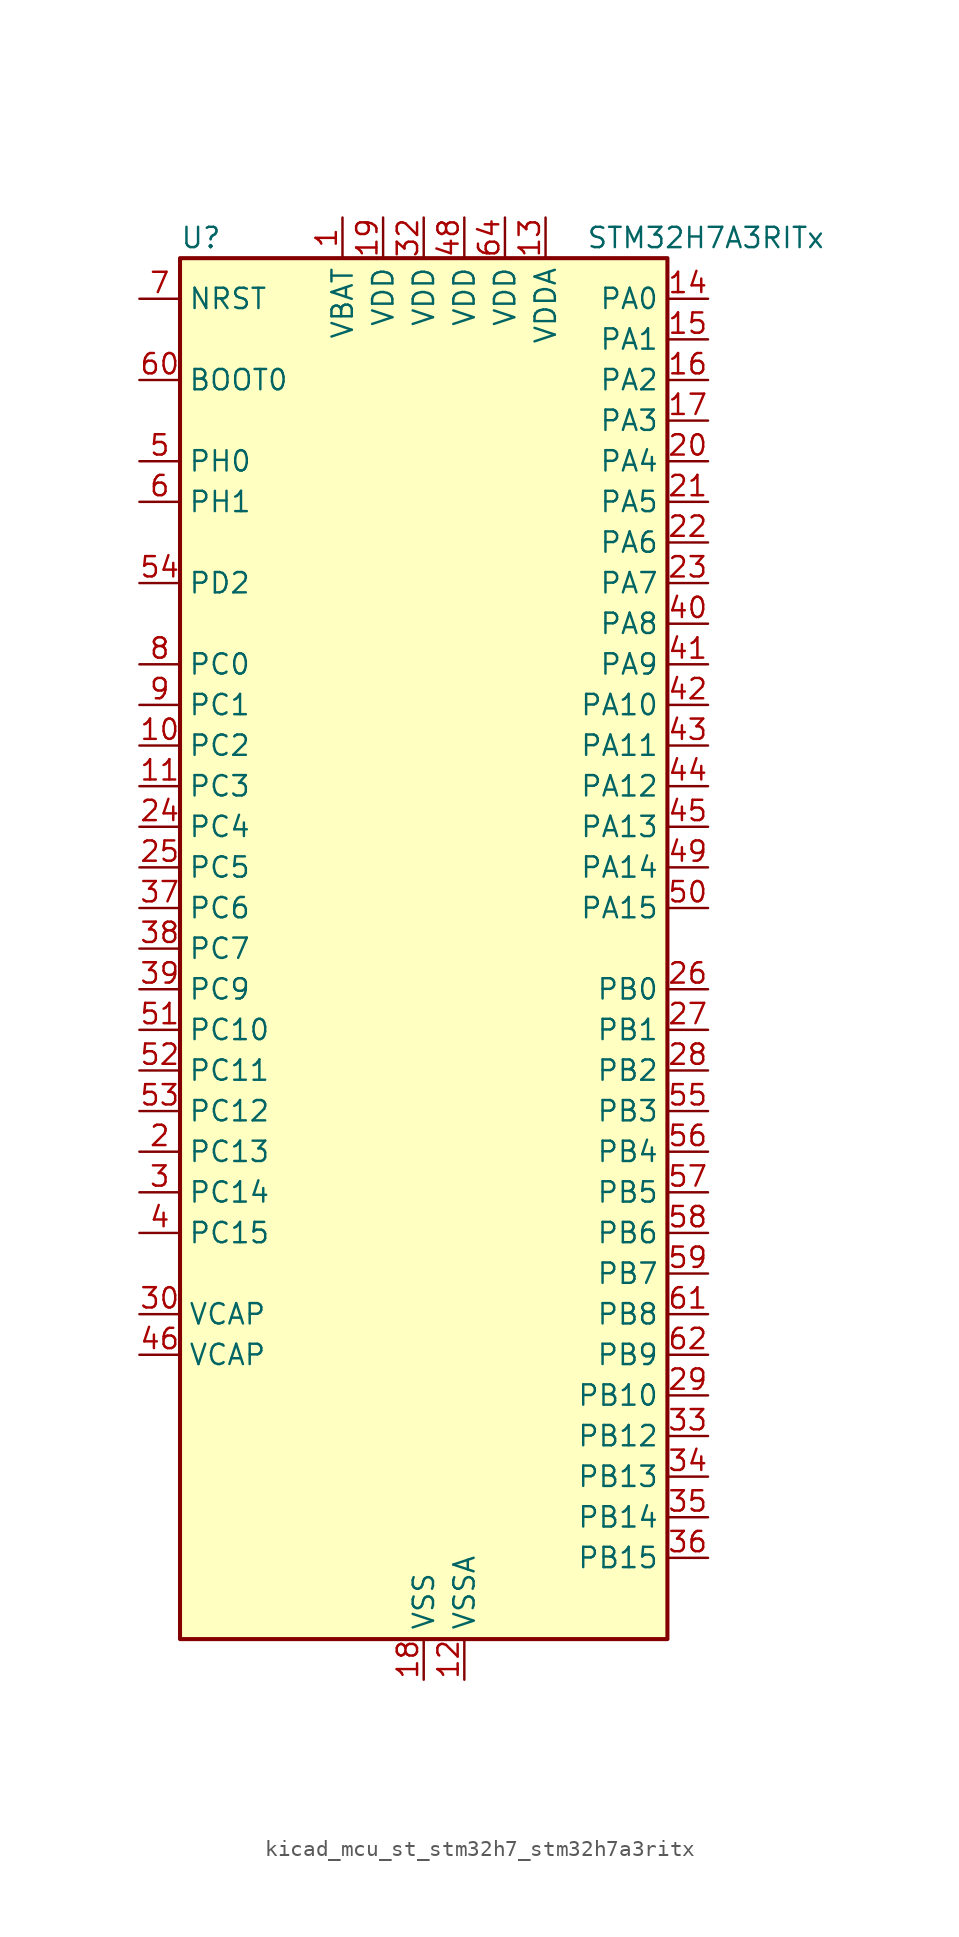
<source format=kicad_sym>
(kicad_symbol_lib
  (version 20220914)
  (generator kicad_symbol_editor)
  (symbol "kicad_mcu_st_stm32h7_stm32h7a3ritx"
    (property "Reference" "U"
      (at -15.24 44.45 0)
      (effects (font (size 1.27 1.27)) (justify left)))
    (property "Value" "STM32H7A3RITx"
      (at 10.16 44.45 0)
      (effects (font (size 1.27 1.27)) (justify left)))
    (property "ki_locked" ""
      (at 0 0 0)
      (effects (font (size 1.27 1.27))))
    (symbol "kicad_mcu_st_stm32h7_stm32h7a3ritx_0_1"
      (rectangle (start -15.24 -43.18) (end 15.24 43.18) (stroke (width 0.254) (type default)) (fill (type background))))
    (symbol "kicad_mcu_st_stm32h7_stm32h7a3ritx_1_1"
      (pin power_in line (at -5.08 45.72 270) (length 2.54) (name "VBAT" (effects (font (size 1.27 1.27)))) (number "1" (effects (font (size 1.27 1.27)))))
      (pin bidirectional line (at -17.78 12.7 0) (length 2.54) (name "PC2" (effects (font (size 1.27 1.27)))) (number "10" (effects (font (size 1.27 1.27)))) (alternate "ADC1_INN11" bidirectional line) (alternate "ADC1_INP12" bidirectional line) (alternate "ADC2_INN11" bidirectional line) (alternate "ADC2_INP12" bidirectional line) (alternate "DFSDM1_CKIN1" bidirectional line) (alternate "DFSDM1_CKOUT" bidirectional line) (alternate "I2S2_SDI" bidirectional line) (alternate "OCTOSPIM_P1_IO2" bidirectional line) (alternate "OCTOSPIM_P1_IO5" bidirectional line) (alternate "PWR_CSTOP" bidirectional line) (alternate "SPI2_MISO" bidirectional line) (alternate "USB_OTG_HS_ULPI_DIR" bidirectional line))
      (pin bidirectional line (at -17.78 10.16 0) (length 2.54) (name "PC3" (effects (font (size 1.27 1.27)))) (number "11" (effects (font (size 1.27 1.27)))) (alternate "ADC1_INN12" bidirectional line) (alternate "ADC1_INP13" bidirectional line) (alternate "ADC2_INN12" bidirectional line) (alternate "ADC2_INP13" bidirectional line) (alternate "DFSDM1_DATIN1" bidirectional line) (alternate "I2S2_SDO" bidirectional line) (alternate "OCTOSPIM_P1_IO0" bidirectional line) (alternate "OCTOSPIM_P1_IO6" bidirectional line) (alternate "PWR_CSLEEP" bidirectional line) (alternate "SPI2_MOSI" bidirectional line) (alternate "USB_OTG_HS_ULPI_NXT" bidirectional line))
      (pin power_in line (at 2.54 -45.72 90) (length 2.54) (name "VSSA" (effects (font (size 1.27 1.27)))) (number "12" (effects (font (size 1.27 1.27)))))
      (pin power_in line (at 7.62 45.72 270) (length 2.54) (name "VDDA" (effects (font (size 1.27 1.27)))) (number "13" (effects (font (size 1.27 1.27)))))
      (pin bidirectional line (at 17.78 40.64 180) (length 2.54) (name "PA0" (effects (font (size 1.27 1.27)))) (number "14" (effects (font (size 1.27 1.27)))) (alternate "ADC1_INP16" bidirectional line) (alternate "I2S6_WS" bidirectional line) (alternate "PWR_WKUP1" bidirectional line) (alternate "SAI2_SD_B" bidirectional line) (alternate "SDMMC2_CMD" bidirectional line) (alternate "SPI6_NSS" bidirectional line) (alternate "TIM15_BKIN" bidirectional line) (alternate "TIM2_CH1" bidirectional line) (alternate "TIM2_ETR" bidirectional line) (alternate "TIM5_CH1" bidirectional line) (alternate "TIM8_ETR" bidirectional line) (alternate "UART4_TX" bidirectional line) (alternate "USART2_CTS" bidirectional line) (alternate "USART2_NSS" bidirectional line))
      (pin bidirectional line (at 17.78 38.1 180) (length 2.54) (name "PA1" (effects (font (size 1.27 1.27)))) (number "15" (effects (font (size 1.27 1.27)))) (alternate "ADC1_INN16" bidirectional line) (alternate "ADC1_INP17" bidirectional line) (alternate "LPTIM3_OUT" bidirectional line) (alternate "LTDC_R2" bidirectional line) (alternate "OCTOSPIM_P1_DQS" bidirectional line) (alternate "OCTOSPIM_P1_IO3" bidirectional line) (alternate "SAI2_MCLK_B" bidirectional line) (alternate "TIM15_CH1N" bidirectional line) (alternate "TIM2_CH2" bidirectional line) (alternate "TIM5_CH2" bidirectional line) (alternate "UART4_RX" bidirectional line) (alternate "USART2_DE" bidirectional line) (alternate "USART2_RTS" bidirectional line))
      (pin bidirectional line (at 17.78 35.56 180) (length 2.54) (name "PA2" (effects (font (size 1.27 1.27)))) (number "16" (effects (font (size 1.27 1.27)))) (alternate "ADC1_INP14" bidirectional line) (alternate "DFSDM2_CKIN1" bidirectional line) (alternate "LTDC_R1" bidirectional line) (alternate "MDIOS_MDIO" bidirectional line) (alternate "PWR_WKUP2" bidirectional line) (alternate "SAI2_SCK_B" bidirectional line) (alternate "TIM15_CH1" bidirectional line) (alternate "TIM2_CH3" bidirectional line) (alternate "TIM5_CH3" bidirectional line) (alternate "USART2_TX" bidirectional line))
      (pin bidirectional line (at 17.78 33.02 180) (length 2.54) (name "PA3" (effects (font (size 1.27 1.27)))) (number "17" (effects (font (size 1.27 1.27)))) (alternate "ADC1_INP15" bidirectional line) (alternate "I2S6_MCK" bidirectional line) (alternate "LTDC_B2" bidirectional line) (alternate "LTDC_B5" bidirectional line) (alternate "OCTOSPIM_P1_CLK" bidirectional line) (alternate "TIM15_CH2" bidirectional line) (alternate "TIM2_CH4" bidirectional line) (alternate "TIM5_CH4" bidirectional line) (alternate "USART2_RX" bidirectional line) (alternate "USB_OTG_HS_ULPI_D0" bidirectional line))
      (pin power_in line (at 0 -45.72 90) (length 2.54) (name "VSS" (effects (font (size 1.27 1.27)))) (number "18" (effects (font (size 1.27 1.27)))))
      (pin power_in line (at -2.54 45.72 270) (length 2.54) (name "VDD" (effects (font (size 1.27 1.27)))) (number "19" (effects (font (size 1.27 1.27)))))
      (pin bidirectional line (at -17.78 -12.7 0) (length 2.54) (name "PC13" (effects (font (size 1.27 1.27)))) (number "2" (effects (font (size 1.27 1.27)))) (alternate "PWR_WKUP4" bidirectional line) (alternate "RTC_OUT_ALARM" bidirectional line) (alternate "RTC_OUT_CALIB" bidirectional line) (alternate "RTC_TAMP1" bidirectional line) (alternate "RTC_TS" bidirectional line))
      (pin bidirectional line (at 17.78 30.48 180) (length 2.54) (name "PA4" (effects (font (size 1.27 1.27)))) (number "20" (effects (font (size 1.27 1.27)))) (alternate "ADC1_INP18" bidirectional line) (alternate "DAC1_OUT1" bidirectional line) (alternate "DCMI_HSYNC" bidirectional line) (alternate "I2S1_WS" bidirectional line) (alternate "I2S3_WS" bidirectional line) (alternate "I2S6_WS" bidirectional line) (alternate "LTDC_VSYNC" bidirectional line) (alternate "PSSI_DE" bidirectional line) (alternate "SPI1_NSS" bidirectional line) (alternate "SPI3_NSS" bidirectional line) (alternate "SPI6_NSS" bidirectional line) (alternate "TIM5_ETR" bidirectional line) (alternate "USART2_CK" bidirectional line))
      (pin bidirectional line (at 17.78 27.94 180) (length 2.54) (name "PA5" (effects (font (size 1.27 1.27)))) (number "21" (effects (font (size 1.27 1.27)))) (alternate "ADC1_INN18" bidirectional line) (alternate "ADC1_INP19" bidirectional line) (alternate "DAC1_OUT2" bidirectional line) (alternate "I2S1_CK" bidirectional line) (alternate "I2S6_CK" bidirectional line) (alternate "LTDC_R4" bidirectional line) (alternate "PSSI_D14" bidirectional line) (alternate "PWR_NDSTOP2" bidirectional line) (alternate "SPI1_SCK" bidirectional line) (alternate "SPI6_SCK" bidirectional line) (alternate "TIM2_CH1" bidirectional line) (alternate "TIM2_ETR" bidirectional line) (alternate "TIM8_CH1N" bidirectional line) (alternate "USB_OTG_HS_ULPI_CK" bidirectional line))
      (pin bidirectional line (at 17.78 25.4 180) (length 2.54) (name "PA6" (effects (font (size 1.27 1.27)))) (number "22" (effects (font (size 1.27 1.27)))) (alternate "ADC1_INP3" bidirectional line) (alternate "ADC2_INP3" bidirectional line) (alternate "DAC2_OUT1" bidirectional line) (alternate "DCMI_PIXCLK" bidirectional line) (alternate "I2S1_SDI" bidirectional line) (alternate "I2S6_SDI" bidirectional line) (alternate "LTDC_G2" bidirectional line) (alternate "MDIOS_MDC" bidirectional line) (alternate "OCTOSPIM_P1_IO3" bidirectional line) (alternate "PSSI_PDCK" bidirectional line) (alternate "SPI1_MISO" bidirectional line) (alternate "SPI6_MISO" bidirectional line) (alternate "TIM13_CH1" bidirectional line) (alternate "TIM1_BKIN" bidirectional line) (alternate "TIM1_BKIN_COMP1" bidirectional line) (alternate "TIM3_CH1" bidirectional line) (alternate "TIM8_BKIN" bidirectional line) (alternate "TIM8_BKIN_COMP1" bidirectional line))
      (pin bidirectional line (at 17.78 22.86 180) (length 2.54) (name "PA7" (effects (font (size 1.27 1.27)))) (number "23" (effects (font (size 1.27 1.27)))) (alternate "ADC1_INN3" bidirectional line) (alternate "ADC1_INP7" bidirectional line) (alternate "ADC2_INN3" bidirectional line) (alternate "ADC2_INP7" bidirectional line) (alternate "DFSDM2_DATIN1" bidirectional line) (alternate "I2S1_SDO" bidirectional line) (alternate "I2S6_SDO" bidirectional line) (alternate "LTDC_VSYNC" bidirectional line) (alternate "OCTOSPIM_P1_IO2" bidirectional line) (alternate "OPAMP1_VINM" bidirectional line) (alternate "SPI1_MOSI" bidirectional line) (alternate "SPI6_MOSI" bidirectional line) (alternate "TIM14_CH1" bidirectional line) (alternate "TIM1_CH1N" bidirectional line) (alternate "TIM3_CH2" bidirectional line) (alternate "TIM8_CH1N" bidirectional line))
      (pin bidirectional line (at -17.78 7.62 0) (length 2.54) (name "PC4" (effects (font (size 1.27 1.27)))) (number "24" (effects (font (size 1.27 1.27)))) (alternate "ADC1_INP4" bidirectional line) (alternate "ADC2_INP4" bidirectional line) (alternate "COMP1_INM" bidirectional line) (alternate "DFSDM1_CKIN2" bidirectional line) (alternate "I2S1_MCK" bidirectional line) (alternate "LTDC_R7" bidirectional line) (alternate "OPAMP1_VOUT" bidirectional line) (alternate "SPDIFRX_IN2" bidirectional line))
      (pin bidirectional line (at -17.78 5.08 0) (length 2.54) (name "PC5" (effects (font (size 1.27 1.27)))) (number "25" (effects (font (size 1.27 1.27)))) (alternate "ADC1_INN4" bidirectional line) (alternate "ADC1_INP8" bidirectional line) (alternate "ADC2_INN4" bidirectional line) (alternate "ADC2_INP8" bidirectional line) (alternate "COMP1_OUT" bidirectional line) (alternate "DFSDM1_DATIN2" bidirectional line) (alternate "LTDC_DE" bidirectional line) (alternate "OCTOSPIM_P1_DQS" bidirectional line) (alternate "OPAMP1_VINM" bidirectional line) (alternate "PSSI_D15" bidirectional line) (alternate "SPDIFRX_IN3" bidirectional line))
      (pin bidirectional line (at 17.78 -2.54 180) (length 2.54) (name "PB0" (effects (font (size 1.27 1.27)))) (number "26" (effects (font (size 1.27 1.27)))) (alternate "ADC1_INN5" bidirectional line) (alternate "ADC1_INP9" bidirectional line) (alternate "ADC2_INN5" bidirectional line) (alternate "ADC2_INP9" bidirectional line) (alternate "COMP1_INP" bidirectional line) (alternate "DFSDM1_CKOUT" bidirectional line) (alternate "DFSDM2_CKOUT" bidirectional line) (alternate "LTDC_G1" bidirectional line) (alternate "LTDC_R3" bidirectional line) (alternate "OCTOSPIM_P1_IO1" bidirectional line) (alternate "OPAMP1_VINP" bidirectional line) (alternate "TIM1_CH2N" bidirectional line) (alternate "TIM3_CH3" bidirectional line) (alternate "TIM8_CH2N" bidirectional line) (alternate "UART4_CTS" bidirectional line) (alternate "USB_OTG_HS_ULPI_D1" bidirectional line))
      (pin bidirectional line (at 17.78 -5.08 180) (length 2.54) (name "PB1" (effects (font (size 1.27 1.27)))) (number "27" (effects (font (size 1.27 1.27)))) (alternate "ADC1_INP5" bidirectional line) (alternate "ADC2_INP5" bidirectional line) (alternate "COMP1_INM" bidirectional line) (alternate "DFSDM1_DATIN1" bidirectional line) (alternate "LTDC_G0" bidirectional line) (alternate "LTDC_R6" bidirectional line) (alternate "OCTOSPIM_P1_IO0" bidirectional line) (alternate "TIM1_CH3N" bidirectional line) (alternate "TIM3_CH4" bidirectional line) (alternate "TIM8_CH3N" bidirectional line) (alternate "USB_OTG_HS_ULPI_D2" bidirectional line))
      (pin bidirectional line (at 17.78 -7.62 180) (length 2.54) (name "PB2" (effects (font (size 1.27 1.27)))) (number "28" (effects (font (size 1.27 1.27)))) (alternate "COMP1_INP" bidirectional line) (alternate "DFSDM1_CKIN1" bidirectional line) (alternate "I2S3_SDO" bidirectional line) (alternate "OCTOSPIM_P1_CLK" bidirectional line) (alternate "OCTOSPIM_P1_DQS" bidirectional line) (alternate "RTC_OUT_ALARM" bidirectional line) (alternate "RTC_OUT_CALIB" bidirectional line) (alternate "SPI3_MOSI" bidirectional line))
      (pin bidirectional line (at 17.78 -27.94 180) (length 2.54) (name "PB10" (effects (font (size 1.27 1.27)))) (number "29" (effects (font (size 1.27 1.27)))) (alternate "DFSDM1_DATIN7" bidirectional line) (alternate "I2S2_CK" bidirectional line) (alternate "LPTIM2_IN1" bidirectional line) (alternate "LTDC_G4" bidirectional line) (alternate "OCTOSPIM_P1_NCS" bidirectional line) (alternate "SPI2_SCK" bidirectional line) (alternate "TIM2_CH3" bidirectional line) (alternate "USART3_TX" bidirectional line) (alternate "USB_OTG_HS_ULPI_D3" bidirectional line))
      (pin bidirectional line (at -17.78 -15.24 0) (length 2.54) (name "PC14" (effects (font (size 1.27 1.27)))) (number "3" (effects (font (size 1.27 1.27)))) (alternate "RCC_OSC32_IN" bidirectional line))
      (pin power_out line (at -17.78 -22.86 0) (length 2.54) (name "VCAP" (effects (font (size 1.27 1.27)))) (number "30" (effects (font (size 1.27 1.27)))))
      (pin passive line (at 0 -45.72 90) (length 2.54) hide (name "VSS" (effects (font (size 1.27 1.27)))) (number "31" (effects (font (size 1.27 1.27)))))
      (pin power_in line (at 0 45.72 270) (length 2.54) (name "VDD" (effects (font (size 1.27 1.27)))) (number "32" (effects (font (size 1.27 1.27)))))
      (pin bidirectional line (at 17.78 -30.48 180) (length 2.54) (name "PB12" (effects (font (size 1.27 1.27)))) (number "33" (effects (font (size 1.27 1.27)))) (alternate "DFSDM1_DATIN1" bidirectional line) (alternate "DFSDM2_DATIN1" bidirectional line) (alternate "FDCAN2_RX" bidirectional line) (alternate "I2S2_WS" bidirectional line) (alternate "OCTOSPIM_P1_NCLK" bidirectional line) (alternate "SPI2_NSS" bidirectional line) (alternate "TIM1_BKIN" bidirectional line) (alternate "TIM1_BKIN_COMP1" bidirectional line) (alternate "UART5_RX" bidirectional line) (alternate "USART3_CK" bidirectional line) (alternate "USB_OTG_HS_ULPI_D5" bidirectional line))
      (pin bidirectional line (at 17.78 -33.02 180) (length 2.54) (name "PB13" (effects (font (size 1.27 1.27)))) (number "34" (effects (font (size 1.27 1.27)))) (alternate "DCMI_D2" bidirectional line) (alternate "DFSDM1_CKIN1" bidirectional line) (alternate "DFSDM2_CKIN1" bidirectional line) (alternate "FDCAN2_TX" bidirectional line) (alternate "I2S2_CK" bidirectional line) (alternate "LPTIM2_OUT" bidirectional line) (alternate "PSSI_D2" bidirectional line) (alternate "SDMMC1_D0" bidirectional line) (alternate "SPI2_SCK" bidirectional line) (alternate "TIM1_CH1N" bidirectional line) (alternate "UART5_TX" bidirectional line) (alternate "USART3_CTS" bidirectional line) (alternate "USART3_NSS" bidirectional line) (alternate "USB_OTG_HS_ULPI_D6" bidirectional line))
      (pin bidirectional line (at 17.78 -35.56 180) (length 2.54) (name "PB14" (effects (font (size 1.27 1.27)))) (number "35" (effects (font (size 1.27 1.27)))) (alternate "DFSDM1_DATIN2" bidirectional line) (alternate "I2S2_SDI" bidirectional line) (alternate "LTDC_CLK" bidirectional line) (alternate "SDMMC2_D0" bidirectional line) (alternate "SPI2_MISO" bidirectional line) (alternate "TIM12_CH1" bidirectional line) (alternate "TIM1_CH2N" bidirectional line) (alternate "TIM8_CH2N" bidirectional line) (alternate "UART4_DE" bidirectional line) (alternate "UART4_RTS" bidirectional line) (alternate "USART1_TX" bidirectional line) (alternate "USART3_DE" bidirectional line) (alternate "USART3_RTS" bidirectional line))
      (pin bidirectional line (at 17.78 -38.1 180) (length 2.54) (name "PB15" (effects (font (size 1.27 1.27)))) (number "36" (effects (font (size 1.27 1.27)))) (alternate "ADC1_EXTI15" bidirectional line) (alternate "ADC2_EXTI15" bidirectional line) (alternate "DFSDM1_CKIN2" bidirectional line) (alternate "I2S2_SDO" bidirectional line) (alternate "LTDC_G7" bidirectional line) (alternate "RTC_REFIN" bidirectional line) (alternate "SDMMC2_D1" bidirectional line) (alternate "SPI2_MOSI" bidirectional line) (alternate "TIM12_CH2" bidirectional line) (alternate "TIM1_CH3N" bidirectional line) (alternate "TIM8_CH3N" bidirectional line) (alternate "UART4_CTS" bidirectional line) (alternate "USART1_RX" bidirectional line))
      (pin bidirectional line (at -17.78 2.54 0) (length 2.54) (name "PC6" (effects (font (size 1.27 1.27)))) (number "37" (effects (font (size 1.27 1.27)))) (alternate "DCMI_D0" bidirectional line) (alternate "DFSDM1_CKIN3" bidirectional line) (alternate "I2S2_MCK" bidirectional line) (alternate "LTDC_HSYNC" bidirectional line) (alternate "PSSI_D0" bidirectional line) (alternate "SDMMC1_D0DIR" bidirectional line) (alternate "SDMMC1_D6" bidirectional line) (alternate "SDMMC2_D6" bidirectional line) (alternate "SWPMI1_IO" bidirectional line) (alternate "TIM3_CH1" bidirectional line) (alternate "TIM8_CH1" bidirectional line) (alternate "USART6_TX" bidirectional line))
      (pin bidirectional line (at -17.78 0 0) (length 2.54) (name "PC7" (effects (font (size 1.27 1.27)))) (number "38" (effects (font (size 1.27 1.27)))) (alternate "DCMI_D1" bidirectional line) (alternate "DEBUG_TRGIO" bidirectional line) (alternate "DFSDM1_DATIN3" bidirectional line) (alternate "I2S3_MCK" bidirectional line) (alternate "LTDC_G6" bidirectional line) (alternate "PSSI_D1" bidirectional line) (alternate "SDMMC1_D123DIR" bidirectional line) (alternate "SDMMC1_D7" bidirectional line) (alternate "SDMMC2_D7" bidirectional line) (alternate "SWPMI1_TX" bidirectional line) (alternate "TIM3_CH2" bidirectional line) (alternate "TIM8_CH2" bidirectional line) (alternate "USART6_RX" bidirectional line))
      (pin bidirectional line (at -17.78 -2.54 0) (length 2.54) (name "PC9" (effects (font (size 1.27 1.27)))) (number "39" (effects (font (size 1.27 1.27)))) (alternate "DAC1_EXTI9" bidirectional line) (alternate "DCMI_D3" bidirectional line) (alternate "I2C3_SDA" bidirectional line) (alternate "I2S_CKIN" bidirectional line) (alternate "LTDC_B2" bidirectional line) (alternate "LTDC_G3" bidirectional line) (alternate "OCTOSPIM_P1_IO0" bidirectional line) (alternate "PSSI_D3" bidirectional line) (alternate "RCC_MCO_2" bidirectional line) (alternate "SDMMC1_D1" bidirectional line) (alternate "SWPMI1_SUSPEND" bidirectional line) (alternate "TIM3_CH4" bidirectional line) (alternate "TIM8_CH4" bidirectional line) (alternate "UART5_CTS" bidirectional line))
      (pin bidirectional line (at -17.78 -17.78 0) (length 2.54) (name "PC15" (effects (font (size 1.27 1.27)))) (number "4" (effects (font (size 1.27 1.27)))) (alternate "ADC1_EXTI15" bidirectional line) (alternate "ADC2_EXTI15" bidirectional line) (alternate "RCC_OSC32_OUT" bidirectional line))
      (pin bidirectional line (at 17.78 20.32 180) (length 2.54) (name "PA8" (effects (font (size 1.27 1.27)))) (number "40" (effects (font (size 1.27 1.27)))) (alternate "I2C3_SCL" bidirectional line) (alternate "LTDC_B3" bidirectional line) (alternate "LTDC_R6" bidirectional line) (alternate "RCC_MCO_1" bidirectional line) (alternate "TIM1_CH1" bidirectional line) (alternate "TIM8_BKIN2" bidirectional line) (alternate "TIM8_BKIN2_COMP1" bidirectional line) (alternate "UART7_RX" bidirectional line) (alternate "USART1_CK" bidirectional line) (alternate "USB_OTG_HS_SOF" bidirectional line))
      (pin bidirectional line (at 17.78 17.78 180) (length 2.54) (name "PA9" (effects (font (size 1.27 1.27)))) (number "41" (effects (font (size 1.27 1.27)))) (alternate "DAC1_EXTI9" bidirectional line) (alternate "DCMI_D0" bidirectional line) (alternate "I2C3_SMBA" bidirectional line) (alternate "I2S2_CK" bidirectional line) (alternate "LPUART1_TX" bidirectional line) (alternate "LTDC_R5" bidirectional line) (alternate "PSSI_D0" bidirectional line) (alternate "SPI2_SCK" bidirectional line) (alternate "TIM1_CH2" bidirectional line) (alternate "USART1_TX" bidirectional line) (alternate "USB_OTG_HS_VBUS" bidirectional line))
      (pin bidirectional line (at 17.78 15.24 180) (length 2.54) (name "PA10" (effects (font (size 1.27 1.27)))) (number "42" (effects (font (size 1.27 1.27)))) (alternate "DCMI_D1" bidirectional line) (alternate "LPUART1_RX" bidirectional line) (alternate "LTDC_B1" bidirectional line) (alternate "LTDC_B4" bidirectional line) (alternate "MDIOS_MDIO" bidirectional line) (alternate "PSSI_D1" bidirectional line) (alternate "TIM1_CH3" bidirectional line) (alternate "USART1_RX" bidirectional line) (alternate "USB_OTG_HS_ID" bidirectional line))
      (pin bidirectional line (at 17.78 12.7 180) (length 2.54) (name "PA11" (effects (font (size 1.27 1.27)))) (number "43" (effects (font (size 1.27 1.27)))) (alternate "ADC1_EXTI11" bidirectional line) (alternate "ADC2_EXTI11" bidirectional line) (alternate "FDCAN1_RX" bidirectional line) (alternate "I2S2_WS" bidirectional line) (alternate "LPUART1_CTS" bidirectional line) (alternate "LTDC_R4" bidirectional line) (alternate "SPI2_NSS" bidirectional line) (alternate "TIM1_CH4" bidirectional line) (alternate "UART4_RX" bidirectional line) (alternate "USART1_CTS" bidirectional line) (alternate "USART1_NSS" bidirectional line) (alternate "USB_OTG_HS_DM" bidirectional line))
      (pin bidirectional line (at 17.78 10.16 180) (length 2.54) (name "PA12" (effects (font (size 1.27 1.27)))) (number "44" (effects (font (size 1.27 1.27)))) (alternate "FDCAN1_TX" bidirectional line) (alternate "I2S2_CK" bidirectional line) (alternate "LPUART1_DE" bidirectional line) (alternate "LPUART1_RTS" bidirectional line) (alternate "LTDC_R5" bidirectional line) (alternate "SAI2_FS_B" bidirectional line) (alternate "SPI2_SCK" bidirectional line) (alternate "TIM1_ETR" bidirectional line) (alternate "UART4_TX" bidirectional line) (alternate "USART1_DE" bidirectional line) (alternate "USART1_RTS" bidirectional line) (alternate "USB_OTG_HS_DP" bidirectional line))
      (pin bidirectional line (at 17.78 7.62 180) (length 2.54) (name "PA13" (effects (font (size 1.27 1.27)))) (number "45" (effects (font (size 1.27 1.27)))) (alternate "DEBUG_JTMS-SWDIO" bidirectional line))
      (pin power_out line (at -17.78 -25.4 0) (length 2.54) (name "VCAP" (effects (font (size 1.27 1.27)))) (number "46" (effects (font (size 1.27 1.27)))))
      (pin passive line (at 0 -45.72 90) (length 2.54) hide (name "VSS" (effects (font (size 1.27 1.27)))) (number "47" (effects (font (size 1.27 1.27)))))
      (pin power_in line (at 2.54 45.72 270) (length 2.54) (name "VDD" (effects (font (size 1.27 1.27)))) (number "48" (effects (font (size 1.27 1.27)))))
      (pin bidirectional line (at 17.78 5.08 180) (length 2.54) (name "PA14" (effects (font (size 1.27 1.27)))) (number "49" (effects (font (size 1.27 1.27)))) (alternate "DEBUG_JTCK-SWCLK" bidirectional line))
      (pin bidirectional line (at -17.78 30.48 0) (length 2.54) (name "PH0" (effects (font (size 1.27 1.27)))) (number "5" (effects (font (size 1.27 1.27)))) (alternate "RCC_OSC_IN" bidirectional line))
      (pin bidirectional line (at 17.78 2.54 180) (length 2.54) (name "PA15" (effects (font (size 1.27 1.27)))) (number "50" (effects (font (size 1.27 1.27)))) (alternate "ADC1_EXTI15" bidirectional line) (alternate "ADC2_EXTI15" bidirectional line) (alternate "CEC" bidirectional line) (alternate "DEBUG_JTDI" bidirectional line) (alternate "I2S1_WS" bidirectional line) (alternate "I2S3_WS" bidirectional line) (alternate "I2S6_WS" bidirectional line) (alternate "LTDC_B6" bidirectional line) (alternate "LTDC_R3" bidirectional line) (alternate "SPI1_NSS" bidirectional line) (alternate "SPI3_NSS" bidirectional line) (alternate "SPI6_NSS" bidirectional line) (alternate "TIM2_CH1" bidirectional line) (alternate "TIM2_ETR" bidirectional line) (alternate "UART4_DE" bidirectional line) (alternate "UART4_RTS" bidirectional line) (alternate "UART7_TX" bidirectional line))
      (pin bidirectional line (at -17.78 -5.08 0) (length 2.54) (name "PC10" (effects (font (size 1.27 1.27)))) (number "51" (effects (font (size 1.27 1.27)))) (alternate "DCMI_D8" bidirectional line) (alternate "DFSDM1_CKIN5" bidirectional line) (alternate "DFSDM2_CKIN0" bidirectional line) (alternate "I2S3_CK" bidirectional line) (alternate "LTDC_B1" bidirectional line) (alternate "LTDC_R2" bidirectional line) (alternate "OCTOSPIM_P1_IO1" bidirectional line) (alternate "PSSI_D8" bidirectional line) (alternate "SDMMC1_D2" bidirectional line) (alternate "SPI3_SCK" bidirectional line) (alternate "SWPMI1_RX" bidirectional line) (alternate "UART4_TX" bidirectional line) (alternate "USART3_TX" bidirectional line))
      (pin bidirectional line (at -17.78 -7.62 0) (length 2.54) (name "PC11" (effects (font (size 1.27 1.27)))) (number "52" (effects (font (size 1.27 1.27)))) (alternate "ADC1_EXTI11" bidirectional line) (alternate "ADC2_EXTI11" bidirectional line) (alternate "DCMI_D4" bidirectional line) (alternate "DFSDM1_DATIN5" bidirectional line) (alternate "DFSDM2_DATIN0" bidirectional line) (alternate "I2S3_SDI" bidirectional line) (alternate "LTDC_B4" bidirectional line) (alternate "OCTOSPIM_P1_NCS" bidirectional line) (alternate "PSSI_D4" bidirectional line) (alternate "SDMMC1_D3" bidirectional line) (alternate "SPI3_MISO" bidirectional line) (alternate "UART4_RX" bidirectional line) (alternate "USART3_RX" bidirectional line))
      (pin bidirectional line (at -17.78 -10.16 0) (length 2.54) (name "PC12" (effects (font (size 1.27 1.27)))) (number "53" (effects (font (size 1.27 1.27)))) (alternate "DCMI_D9" bidirectional line) (alternate "DEBUG_TRACED3" bidirectional line) (alternate "DFSDM2_CKOUT" bidirectional line) (alternate "I2S3_SDO" bidirectional line) (alternate "I2S6_CK" bidirectional line) (alternate "LTDC_R6" bidirectional line) (alternate "PSSI_D9" bidirectional line) (alternate "SDMMC1_CK" bidirectional line) (alternate "SPI3_MOSI" bidirectional line) (alternate "SPI6_SCK" bidirectional line) (alternate "TIM15_CH1" bidirectional line) (alternate "UART5_TX" bidirectional line) (alternate "USART3_CK" bidirectional line))
      (pin bidirectional line (at -17.78 22.86 0) (length 2.54) (name "PD2" (effects (font (size 1.27 1.27)))) (number "54" (effects (font (size 1.27 1.27)))) (alternate "DCMI_D11" bidirectional line) (alternate "DEBUG_TRACED2" bidirectional line) (alternate "LTDC_B2" bidirectional line) (alternate "LTDC_B7" bidirectional line) (alternate "PSSI_D11" bidirectional line) (alternate "SDMMC1_CMD" bidirectional line) (alternate "TIM15_BKIN" bidirectional line) (alternate "TIM3_ETR" bidirectional line) (alternate "UART5_RX" bidirectional line))
      (pin bidirectional line (at 17.78 -10.16 180) (length 2.54) (name "PB3" (effects (font (size 1.27 1.27)))) (number "55" (effects (font (size 1.27 1.27)))) (alternate "CRS_SYNC" bidirectional line) (alternate "DEBUG_JTDO-SWO" bidirectional line) (alternate "I2S1_CK" bidirectional line) (alternate "I2S3_CK" bidirectional line) (alternate "I2S6_CK" bidirectional line) (alternate "SDMMC2_D2" bidirectional line) (alternate "SPI1_SCK" bidirectional line) (alternate "SPI3_SCK" bidirectional line) (alternate "SPI6_SCK" bidirectional line) (alternate "TIM2_CH2" bidirectional line) (alternate "UART7_RX" bidirectional line))
      (pin bidirectional line (at 17.78 -12.7 180) (length 2.54) (name "PB4" (effects (font (size 1.27 1.27)))) (number "56" (effects (font (size 1.27 1.27)))) (alternate "DEBUG_JTRST" bidirectional line) (alternate "I2S1_SDI" bidirectional line) (alternate "I2S2_WS" bidirectional line) (alternate "I2S3_SDI" bidirectional line) (alternate "I2S6_SDI" bidirectional line) (alternate "SDMMC2_D3" bidirectional line) (alternate "SPI1_MISO" bidirectional line) (alternate "SPI2_NSS" bidirectional line) (alternate "SPI3_MISO" bidirectional line) (alternate "SPI6_MISO" bidirectional line) (alternate "TIM16_BKIN" bidirectional line) (alternate "TIM3_CH1" bidirectional line) (alternate "UART7_TX" bidirectional line))
      (pin bidirectional line (at 17.78 -15.24 180) (length 2.54) (name "PB5" (effects (font (size 1.27 1.27)))) (number "57" (effects (font (size 1.27 1.27)))) (alternate "DCMI_D10" bidirectional line) (alternate "FDCAN2_RX" bidirectional line) (alternate "I2C1_SMBA" bidirectional line) (alternate "I2C4_SMBA" bidirectional line) (alternate "I2S1_SDO" bidirectional line) (alternate "I2S3_SDO" bidirectional line) (alternate "I2S6_SDO" bidirectional line) (alternate "LTDC_B5" bidirectional line) (alternate "PSSI_D10" bidirectional line) (alternate "SPI1_MOSI" bidirectional line) (alternate "SPI3_MOSI" bidirectional line) (alternate "SPI6_MOSI" bidirectional line) (alternate "TIM17_BKIN" bidirectional line) (alternate "TIM3_CH2" bidirectional line) (alternate "UART5_RX" bidirectional line) (alternate "USB_OTG_HS_ULPI_D7" bidirectional line))
      (pin bidirectional line (at 17.78 -17.78 180) (length 2.54) (name "PB6" (effects (font (size 1.27 1.27)))) (number "58" (effects (font (size 1.27 1.27)))) (alternate "CEC" bidirectional line) (alternate "DCMI_D5" bidirectional line) (alternate "DFSDM1_DATIN5" bidirectional line) (alternate "FDCAN2_TX" bidirectional line) (alternate "I2C1_SCL" bidirectional line) (alternate "I2C4_SCL" bidirectional line) (alternate "LPUART1_TX" bidirectional line) (alternate "OCTOSPIM_P1_NCS" bidirectional line) (alternate "PSSI_D5" bidirectional line) (alternate "TIM16_CH1N" bidirectional line) (alternate "TIM4_CH1" bidirectional line) (alternate "UART5_TX" bidirectional line) (alternate "USART1_TX" bidirectional line))
      (pin bidirectional line (at 17.78 -20.32 180) (length 2.54) (name "PB7" (effects (font (size 1.27 1.27)))) (number "59" (effects (font (size 1.27 1.27)))) (alternate "DCMI_VSYNC" bidirectional line) (alternate "DFSDM1_CKIN5" bidirectional line) (alternate "I2C1_SDA" bidirectional line) (alternate "I2C4_SDA" bidirectional line) (alternate "LPUART1_RX" bidirectional line) (alternate "PSSI_RDY" bidirectional line) (alternate "PWR_PVD_IN" bidirectional line) (alternate "TIM17_CH1N" bidirectional line) (alternate "TIM4_CH2" bidirectional line) (alternate "USART1_RX" bidirectional line))
      (pin bidirectional line (at -17.78 27.94 0) (length 2.54) (name "PH1" (effects (font (size 1.27 1.27)))) (number "6" (effects (font (size 1.27 1.27)))) (alternate "RCC_OSC_OUT" bidirectional line))
      (pin input line (at -17.78 35.56 0) (length 2.54) (name "BOOT0" (effects (font (size 1.27 1.27)))) (number "60" (effects (font (size 1.27 1.27)))))
      (pin bidirectional line (at 17.78 -22.86 180) (length 2.54) (name "PB8" (effects (font (size 1.27 1.27)))) (number "61" (effects (font (size 1.27 1.27)))) (alternate "DCMI_D6" bidirectional line) (alternate "DFSDM1_CKIN7" bidirectional line) (alternate "FDCAN1_RX" bidirectional line) (alternate "I2C1_SCL" bidirectional line) (alternate "I2C4_SCL" bidirectional line) (alternate "LTDC_B6" bidirectional line) (alternate "PSSI_D6" bidirectional line) (alternate "SDMMC1_CKIN" bidirectional line) (alternate "SDMMC1_D4" bidirectional line) (alternate "SDMMC2_D4" bidirectional line) (alternate "TIM16_CH1" bidirectional line) (alternate "TIM4_CH3" bidirectional line) (alternate "UART4_RX" bidirectional line))
      (pin bidirectional line (at 17.78 -25.4 180) (length 2.54) (name "PB9" (effects (font (size 1.27 1.27)))) (number "62" (effects (font (size 1.27 1.27)))) (alternate "DAC1_EXTI9" bidirectional line) (alternate "DCMI_D7" bidirectional line) (alternate "DFSDM1_DATIN7" bidirectional line) (alternate "FDCAN1_TX" bidirectional line) (alternate "I2C1_SDA" bidirectional line) (alternate "I2C4_SDA" bidirectional line) (alternate "I2C4_SMBA" bidirectional line) (alternate "I2S2_WS" bidirectional line) (alternate "LTDC_B7" bidirectional line) (alternate "PSSI_D7" bidirectional line) (alternate "SDMMC1_CDIR" bidirectional line) (alternate "SDMMC1_D5" bidirectional line) (alternate "SDMMC2_D5" bidirectional line) (alternate "SPI2_NSS" bidirectional line) (alternate "TIM17_CH1" bidirectional line) (alternate "TIM4_CH4" bidirectional line) (alternate "UART4_TX" bidirectional line))
      (pin passive line (at 0 -45.72 90) (length 2.54) hide (name "VSS" (effects (font (size 1.27 1.27)))) (number "63" (effects (font (size 1.27 1.27)))))
      (pin power_in line (at 5.08 45.72 270) (length 2.54) (name "VDD" (effects (font (size 1.27 1.27)))) (number "64" (effects (font (size 1.27 1.27)))))
      (pin input line (at -17.78 40.64 0) (length 2.54) (name "NRST" (effects (font (size 1.27 1.27)))) (number "7" (effects (font (size 1.27 1.27)))))
      (pin bidirectional line (at -17.78 17.78 0) (length 2.54) (name "PC0" (effects (font (size 1.27 1.27)))) (number "8" (effects (font (size 1.27 1.27)))) (alternate "ADC1_INP10" bidirectional line) (alternate "ADC2_INP10" bidirectional line) (alternate "DFSDM1_CKIN0" bidirectional line) (alternate "DFSDM1_DATIN4" bidirectional line) (alternate "LTDC_G2" bidirectional line) (alternate "LTDC_R5" bidirectional line) (alternate "SAI2_FS_B" bidirectional line) (alternate "USB_OTG_HS_ULPI_STP" bidirectional line))
      (pin bidirectional line (at -17.78 15.24 0) (length 2.54) (name "PC1" (effects (font (size 1.27 1.27)))) (number "9" (effects (font (size 1.27 1.27)))) (alternate "ADC1_INN10" bidirectional line) (alternate "ADC1_INP11" bidirectional line) (alternate "ADC2_INN10" bidirectional line) (alternate "ADC2_INP11" bidirectional line) (alternate "DEBUG_TRACED0" bidirectional line) (alternate "DFSDM1_CKIN4" bidirectional line) (alternate "DFSDM1_DATIN0" bidirectional line) (alternate "I2S2_SDO" bidirectional line) (alternate "LTDC_G5" bidirectional line) (alternate "MDIOS_MDC" bidirectional line) (alternate "OCTOSPIM_P1_IO4" bidirectional line) (alternate "PWR_WKUP6" bidirectional line) (alternate "RTC_TAMP3" bidirectional line) (alternate "SDMMC2_CK" bidirectional line) (alternate "SPI2_MOSI" bidirectional line)))))
</source>
